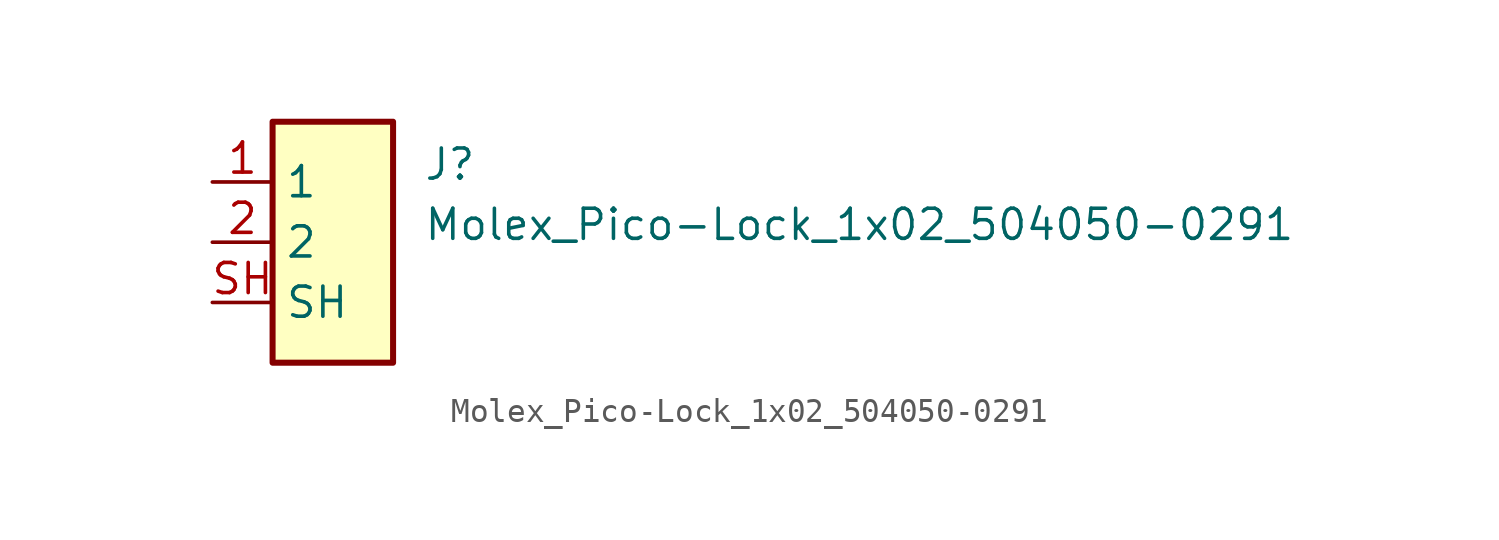
<source format=kicad_sym>
(kicad_symbol_lib
  (version 20211014)
  (generator kicad_symbol_editor)
  (symbol "Molex_Pico-Lock_1x02_504050-0291"
    (property "Reference" "J"
      (at 8.89 0 0)
      (effects (font (size 1.27 1.27) (thickness 0.15)) (justify left bottom)))
    (property "Value" "Molex_Pico-Lock_1x02_504050-0291"
      (at 8.89 -2.54 0)
      (effects (font (size 1.27 1.27) (thickness 0.15)) (justify left bottom)))
    (symbol "Molex_Pico-Lock_1x02_504050-0291_1_1"
      (rectangle (start 2.54 2.54) (end 7.62 -7.62) (stroke (width 0.254) (type default) (color 0 0 0 0)) (fill (type background)))
      (pin passive line (at 0 0 0) (length 2.54) (name "1" (effects (font (size 1.27 1.27)))) (number "1" (effects (font (size 1.27 1.27)))))
      (pin passive line (at 0 -2.54 0) (length 2.54) (name "2" (effects (font (size 1.27 1.27)))) (number "2" (effects (font (size 1.27 1.27)))))
      (pin passive line (at 0 -5.08 0) (length 2.54) (name "SH" (effects (font (size 1.27 1.27)))) (number "SH" (effects (font (size 1.27 1.27)))))
      (pin passive line (at 0 -5.08 0) (length 2.54) hide (name "SH" (effects (font (size 1.27 1.27)))) (number "SH" (effects (font (size 1.27 1.27))))))))
</source>
